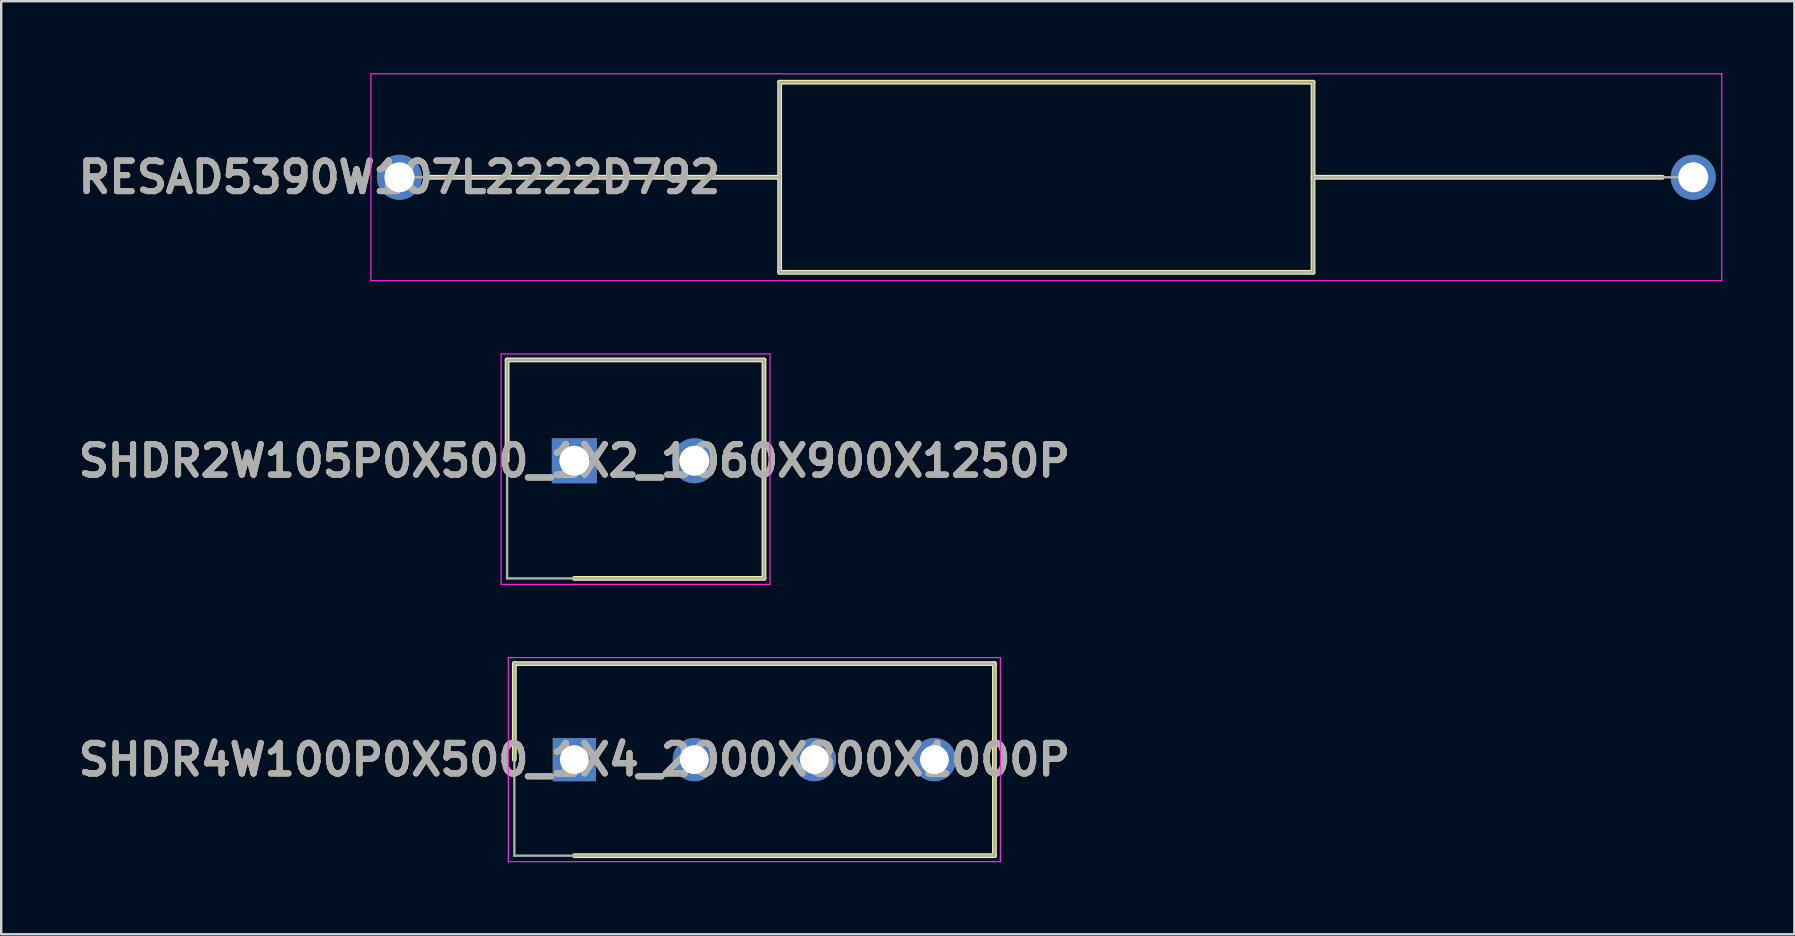
<source format=kicad_pcb>
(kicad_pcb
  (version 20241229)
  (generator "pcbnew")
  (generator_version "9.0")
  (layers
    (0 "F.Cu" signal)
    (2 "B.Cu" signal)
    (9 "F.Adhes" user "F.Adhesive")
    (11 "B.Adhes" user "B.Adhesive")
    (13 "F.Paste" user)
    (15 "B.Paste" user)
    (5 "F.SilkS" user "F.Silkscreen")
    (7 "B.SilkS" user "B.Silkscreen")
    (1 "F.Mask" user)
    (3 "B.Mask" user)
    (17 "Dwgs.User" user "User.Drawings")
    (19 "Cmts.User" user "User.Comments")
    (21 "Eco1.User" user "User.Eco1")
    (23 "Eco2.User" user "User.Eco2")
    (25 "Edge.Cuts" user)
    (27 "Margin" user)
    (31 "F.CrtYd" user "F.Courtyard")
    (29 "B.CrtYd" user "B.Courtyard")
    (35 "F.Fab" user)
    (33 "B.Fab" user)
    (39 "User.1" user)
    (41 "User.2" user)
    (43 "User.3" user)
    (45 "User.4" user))
  (footprint "RESAD5390W107L2222D792"
    (layer "F.Cu")
    (at 13.589 4.335)
    (property "Reference" "RESAD5390W107L2222D792" (at 0 0 0) (layer "F.SilkS") (effects (font (size 1.27 1.27) (thickness 0.254))))
    (attr through_hole)
    (fp_line (start 1.288 0) (end 15.84 0) (stroke (width 0.2) (type solid)) (layer "F.SilkS"))
    (fp_line (start 15.84 -3.96) (end 38.06 -3.96) (stroke (width 0.2) (type solid)) (layer "F.SilkS"))
    (fp_line (start 15.84 3.96) (end 15.84 -3.96) (stroke (width 0.2) (type solid)) (layer "F.SilkS"))
    (fp_line (start 38.06 -3.96) (end 38.06 3.96) (stroke (width 0.2) (type solid)) (layer "F.SilkS"))
    (fp_line (start 38.06 0) (end 52.612 0) (stroke (width 0.2) (type solid)) (layer "F.SilkS"))
    (fp_line (start 38.06 3.96) (end 15.84 3.96) (stroke (width 0.2) (type solid)) (layer "F.SilkS"))
    (fp_line (start -1.188 -4.31) (end 55.087 -4.31) (stroke (width 0.05) (type solid)) (layer "F.CrtYd"))
    (fp_line (start -1.188 4.31) (end -1.188 -4.31) (stroke (width 0.05) (type solid)) (layer "F.CrtYd"))
    (fp_line (start 55.087 -4.31) (end 55.087 4.31) (stroke (width 0.05) (type solid)) (layer "F.CrtYd"))
    (fp_line (start 55.087 4.31) (end -1.188 4.31) (stroke (width 0.05) (type solid)) (layer "F.CrtYd"))
    (fp_line (start 0 0) (end 15.84 0) (stroke (width 0.1) (type solid)) (layer "F.Fab"))
    (fp_line (start 15.84 -3.96) (end 38.06 -3.96) (stroke (width 0.1) (type solid)) (layer "F.Fab"))
    (fp_line (start 15.84 3.96) (end 15.84 -3.96) (stroke (width 0.1) (type solid)) (layer "F.Fab"))
    (fp_line (start 38.06 -3.96) (end 38.06 3.96) (stroke (width 0.1) (type solid)) (layer "F.Fab"))
    (fp_line (start 38.06 0) (end 53.9 0) (stroke (width 0.1) (type solid)) (layer "F.Fab"))
    (fp_line (start 38.06 3.96) (end 15.84 3.96) (stroke (width 0.1) (type solid)) (layer "F.Fab"))
    (fp_text user "${REFERENCE}" (at 0 0 0) (layer "F.Fab") (effects (font (size 1.27 1.27) (thickness 0.254))))
    (pad "1" thru_hole circle (at 0 0) (size 1.875 1.875) (drill 1.25) (layers "*.Cu" "*.Mask"))
    (pad "2" thru_hole circle (at 53.9 0) (size 1.875 1.875) (drill 1.25) (layers "*.Cu" "*.Mask")))
  (footprint "SHDR2W105P0X500_1X2_1060X900X1250P"
    (layer "F.Cu")
    (at 20.876 16.145)
    (property "Reference" "SHDR2W105P0X500_1X2_1060X900X1250P" (at 0 0 0) (layer "F.SilkS") (effects (font (size 1.27 1.27) (thickness 0.254))))
    (attr through_hole)
    (fp_line (start -2.8 -4.2) (end -2.8 0) (stroke (width 0.2) (type solid)) (layer "F.SilkS"))
    (fp_line (start 0 4.9) (end 7.9 4.9) (stroke (width 0.2) (type solid)) (layer "F.SilkS"))
    (fp_line (start 7.9 -4.2) (end -2.8 -4.2) (stroke (width 0.2) (type solid)) (layer "F.SilkS"))
    (fp_line (start 7.9 4.9) (end 7.9 -4.2) (stroke (width 0.2) (type solid)) (layer "F.SilkS"))
    (fp_line (start -3.05 -4.45) (end 8.15 -4.45) (stroke (width 0.05) (type solid)) (layer "F.CrtYd"))
    (fp_line (start -3.05 5.15) (end -3.05 -4.45) (stroke (width 0.05) (type solid)) (layer "F.CrtYd"))
    (fp_line (start 8.15 -4.45) (end 8.15 5.15) (stroke (width 0.05) (type solid)) (layer "F.CrtYd"))
    (fp_line (start 8.15 5.15) (end -3.05 5.15) (stroke (width 0.05) (type solid)) (layer "F.CrtYd"))
    (fp_line (start -2.8 -4.2) (end 7.9 -4.2) (stroke (width 0.1) (type solid)) (layer "F.Fab"))
    (fp_line (start -2.8 4.9) (end -2.8 -4.2) (stroke (width 0.1) (type solid)) (layer "F.Fab"))
    (fp_line (start 7.9 -4.2) (end 7.9 4.9) (stroke (width 0.1) (type solid)) (layer "F.Fab"))
    (fp_line (start 7.9 4.9) (end -2.8 4.9) (stroke (width 0.1) (type solid)) (layer "F.Fab"))
    (fp_text user "${REFERENCE}" (at 0 0 0) (layer "F.Fab") (effects (font (size 1.27 1.27) (thickness 0.254))))
    (pad "1" thru_hole rect (at 0 0) (size 1.875 1.875) (drill 1.25) (layers "*.Cu" "*.Mask"))
    (pad "2" thru_hole circle (at 5 0) (size 1.875 1.875) (drill 1.25) (layers "*.Cu" "*.Mask")))
  (footprint "SHDR4W100P0X500_1X4_2000X800X1000P"
    (layer "F.Cu")
    (at 20.876 28.595)
    (property "Reference" "SHDR4W100P0X500_1X4_2000X800X1000P" (at 0 0 0) (layer "F.SilkS") (effects (font (size 1.27 1.27) (thickness 0.254))))
    (attr through_hole)
    (fp_line (start -2.5 -4) (end -2.5 0) (stroke (width 0.2) (type solid)) (layer "F.SilkS"))
    (fp_line (start 0 4) (end 17.5 4) (stroke (width 0.2) (type solid)) (layer "F.SilkS"))
    (fp_line (start 17.5 -4) (end -2.5 -4) (stroke (width 0.2) (type solid)) (layer "F.SilkS"))
    (fp_line (start 17.5 4) (end 17.5 -4) (stroke (width 0.2) (type solid)) (layer "F.SilkS"))
    (fp_line (start -2.75 -4.25) (end 17.75 -4.25) (stroke (width 0.05) (type solid)) (layer "F.CrtYd"))
    (fp_line (start -2.75 4.25) (end -2.75 -4.25) (stroke (width 0.05) (type solid)) (layer "F.CrtYd"))
    (fp_line (start 17.75 -4.25) (end 17.75 4.25) (stroke (width 0.05) (type solid)) (layer "F.CrtYd"))
    (fp_line (start 17.75 4.25) (end -2.75 4.25) (stroke (width 0.05) (type solid)) (layer "F.CrtYd"))
    (fp_line (start -2.5 -4) (end 17.5 -4) (stroke (width 0.1) (type solid)) (layer "F.Fab"))
    (fp_line (start -2.5 4) (end -2.5 -4) (stroke (width 0.1) (type solid)) (layer "F.Fab"))
    (fp_line (start 17.5 -4) (end 17.5 4) (stroke (width 0.1) (type solid)) (layer "F.Fab"))
    (fp_line (start 17.5 4) (end -2.5 4) (stroke (width 0.1) (type solid)) (layer "F.Fab"))
    (fp_text user "${REFERENCE}" (at 0 0 0) (layer "F.Fab") (effects (font (size 1.27 1.27) (thickness 0.254))))
    (pad "1" thru_hole rect (at 0 0) (size 1.8 1.8) (drill 1.2) (layers "*.Cu" "*.Mask"))
    (pad "2" thru_hole circle (at 5 0) (size 1.8 1.8) (drill 1.2) (layers "*.Cu" "*.Mask"))
    (pad "3" thru_hole circle (at 10 0) (size 1.8 1.8) (drill 1.2) (layers "*.Cu" "*.Mask"))
    (pad "4" thru_hole circle (at 15 0) (size 1.8 1.8) (drill 1.2) (layers "*.Cu" "*.Mask")))
  (gr_rect
    (start -3 -3)
    (end 71.701 35.87)
    (stroke (width 0.1) (type default))
    (fill no)
    (layer "Edge.Cuts")))
</source>
